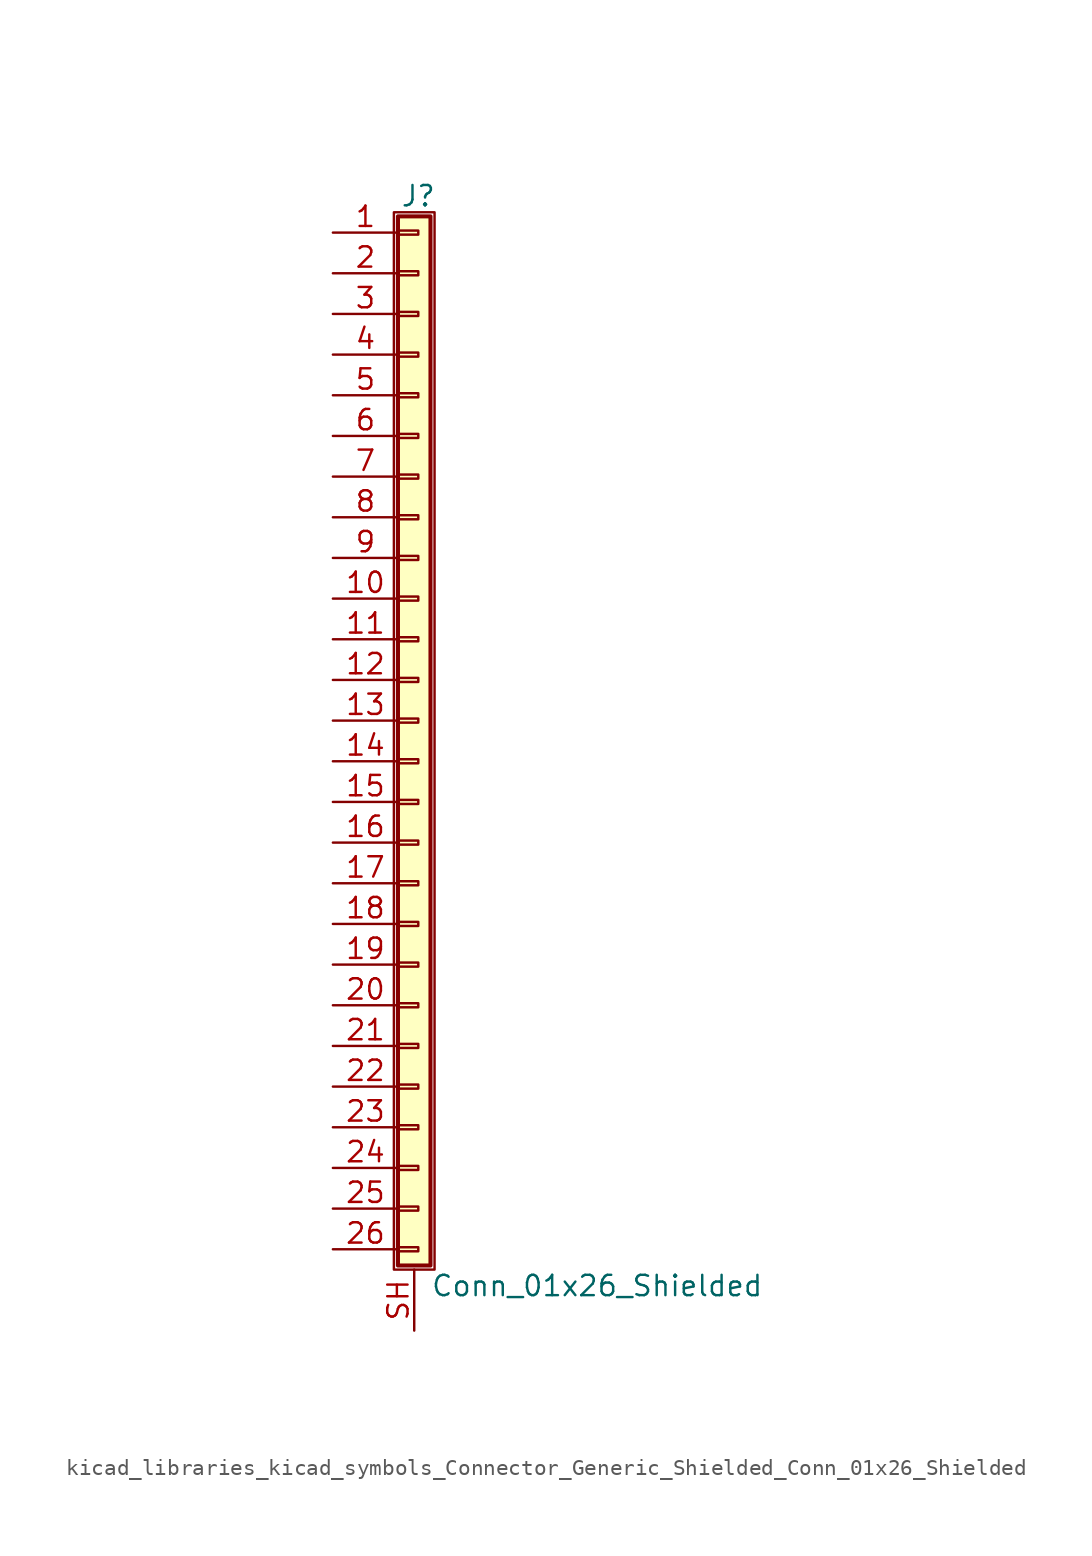
<source format=kicad_sym>
(kicad_symbol_lib
  (version 20220914)
  (generator kicad_symbol_editor)
  (symbol "kicad_libraries_kicad_symbols_Connector_Generic_Shielded_Conn_01x26_Shielded"
    (pin_names
      (offset 1.016) hide)
    (property "Reference" "J"
      (at 0.254 32.766 0)
      (effects (font (size 1.27 1.27))))
    (property "Value" "Conn_01x26_Shielded"
      (at 1.016 -35.306 0)
      (effects (font (size 1.27 1.27)) (justify left)))
    (symbol "kicad_libraries_kicad_symbols_Connector_Generic_Shielded_Conn_01x26_Shielded_1_1"
      (rectangle (start -1.27 31.75) (end 1.27 -34.29) (stroke (width 0.152) (type default)) (fill (type none)))
      (rectangle (start -1.016 -32.893) (end 0.254 -33.147) (stroke (width 0.152) (type default)) (fill (type none)))
      (rectangle (start -1.016 -30.353) (end 0.254 -30.607) (stroke (width 0.152) (type default)) (fill (type none)))
      (rectangle (start -1.016 -27.813) (end 0.254 -28.067) (stroke (width 0.152) (type default)) (fill (type none)))
      (rectangle (start -1.016 -25.273) (end 0.254 -25.527) (stroke (width 0.152) (type default)) (fill (type none)))
      (rectangle (start -1.016 -22.733) (end 0.254 -22.987) (stroke (width 0.152) (type default)) (fill (type none)))
      (rectangle (start -1.016 -20.193) (end 0.254 -20.447) (stroke (width 0.152) (type default)) (fill (type none)))
      (rectangle (start -1.016 -17.653) (end 0.254 -17.907) (stroke (width 0.152) (type default)) (fill (type none)))
      (rectangle (start -1.016 -15.113) (end 0.254 -15.367) (stroke (width 0.152) (type default)) (fill (type none)))
      (rectangle (start -1.016 -12.573) (end 0.254 -12.827) (stroke (width 0.152) (type default)) (fill (type none)))
      (rectangle (start -1.016 -10.033) (end 0.254 -10.287) (stroke (width 0.152) (type default)) (fill (type none)))
      (rectangle (start -1.016 -7.493) (end 0.254 -7.747) (stroke (width 0.152) (type default)) (fill (type none)))
      (rectangle (start -1.016 -4.953) (end 0.254 -5.207) (stroke (width 0.152) (type default)) (fill (type none)))
      (rectangle (start -1.016 -2.413) (end 0.254 -2.667) (stroke (width 0.152) (type default)) (fill (type none)))
      (rectangle (start -1.016 0.127) (end 0.254 -0.127) (stroke (width 0.152) (type default)) (fill (type none)))
      (rectangle (start -1.016 2.667) (end 0.254 2.413) (stroke (width 0.152) (type default)) (fill (type none)))
      (rectangle (start -1.016 5.207) (end 0.254 4.953) (stroke (width 0.152) (type default)) (fill (type none)))
      (rectangle (start -1.016 7.747) (end 0.254 7.493) (stroke (width 0.152) (type default)) (fill (type none)))
      (rectangle (start -1.016 10.287) (end 0.254 10.033) (stroke (width 0.152) (type default)) (fill (type none)))
      (rectangle (start -1.016 12.827) (end 0.254 12.573) (stroke (width 0.152) (type default)) (fill (type none)))
      (rectangle (start -1.016 15.367) (end 0.254 15.113) (stroke (width 0.152) (type default)) (fill (type none)))
      (rectangle (start -1.016 17.907) (end 0.254 17.653) (stroke (width 0.152) (type default)) (fill (type none)))
      (rectangle (start -1.016 20.447) (end 0.254 20.193) (stroke (width 0.152) (type default)) (fill (type none)))
      (rectangle (start -1.016 22.987) (end 0.254 22.733) (stroke (width 0.152) (type default)) (fill (type none)))
      (rectangle (start -1.016 25.527) (end 0.254 25.273) (stroke (width 0.152) (type default)) (fill (type none)))
      (rectangle (start -1.016 28.067) (end 0.254 27.813) (stroke (width 0.152) (type default)) (fill (type none)))
      (rectangle (start -1.016 30.607) (end 0.254 30.353) (stroke (width 0.152) (type default)) (fill (type none)))
      (rectangle (start -1.016 31.496) (end 1.016 -34.036) (stroke (width 0.254) (type default)) (fill (type background)))
      (pin passive line (at -5.08 30.48 0) (length 4.064) (name "Pin_1" (effects (font (size 1.27 1.27)))) (number "1" (effects (font (size 1.27 1.27)))))
      (pin passive line (at -5.08 7.62 0) (length 4.064) (name "Pin_10" (effects (font (size 1.27 1.27)))) (number "10" (effects (font (size 1.27 1.27)))))
      (pin passive line (at -5.08 5.08 0) (length 4.064) (name "Pin_11" (effects (font (size 1.27 1.27)))) (number "11" (effects (font (size 1.27 1.27)))))
      (pin passive line (at -5.08 2.54 0) (length 4.064) (name "Pin_12" (effects (font (size 1.27 1.27)))) (number "12" (effects (font (size 1.27 1.27)))))
      (pin passive line (at -5.08 0 0) (length 4.064) (name "Pin_13" (effects (font (size 1.27 1.27)))) (number "13" (effects (font (size 1.27 1.27)))))
      (pin passive line (at -5.08 -2.54 0) (length 4.064) (name "Pin_14" (effects (font (size 1.27 1.27)))) (number "14" (effects (font (size 1.27 1.27)))))
      (pin passive line (at -5.08 -5.08 0) (length 4.064) (name "Pin_15" (effects (font (size 1.27 1.27)))) (number "15" (effects (font (size 1.27 1.27)))))
      (pin passive line (at -5.08 -7.62 0) (length 4.064) (name "Pin_16" (effects (font (size 1.27 1.27)))) (number "16" (effects (font (size 1.27 1.27)))))
      (pin passive line (at -5.08 -10.16 0) (length 4.064) (name "Pin_17" (effects (font (size 1.27 1.27)))) (number "17" (effects (font (size 1.27 1.27)))))
      (pin passive line (at -5.08 -12.7 0) (length 4.064) (name "Pin_18" (effects (font (size 1.27 1.27)))) (number "18" (effects (font (size 1.27 1.27)))))
      (pin passive line (at -5.08 -15.24 0) (length 4.064) (name "Pin_19" (effects (font (size 1.27 1.27)))) (number "19" (effects (font (size 1.27 1.27)))))
      (pin passive line (at -5.08 27.94 0) (length 4.064) (name "Pin_2" (effects (font (size 1.27 1.27)))) (number "2" (effects (font (size 1.27 1.27)))))
      (pin passive line (at -5.08 -17.78 0) (length 4.064) (name "Pin_20" (effects (font (size 1.27 1.27)))) (number "20" (effects (font (size 1.27 1.27)))))
      (pin passive line (at -5.08 -20.32 0) (length 4.064) (name "Pin_21" (effects (font (size 1.27 1.27)))) (number "21" (effects (font (size 1.27 1.27)))))
      (pin passive line (at -5.08 -22.86 0) (length 4.064) (name "Pin_22" (effects (font (size 1.27 1.27)))) (number "22" (effects (font (size 1.27 1.27)))))
      (pin passive line (at -5.08 -25.4 0) (length 4.064) (name "Pin_23" (effects (font (size 1.27 1.27)))) (number "23" (effects (font (size 1.27 1.27)))))
      (pin passive line (at -5.08 -27.94 0) (length 4.064) (name "Pin_24" (effects (font (size 1.27 1.27)))) (number "24" (effects (font (size 1.27 1.27)))))
      (pin passive line (at -5.08 -30.48 0) (length 4.064) (name "Pin_25" (effects (font (size 1.27 1.27)))) (number "25" (effects (font (size 1.27 1.27)))))
      (pin passive line (at -5.08 -33.02 0) (length 4.064) (name "Pin_26" (effects (font (size 1.27 1.27)))) (number "26" (effects (font (size 1.27 1.27)))))
      (pin passive line (at -5.08 25.4 0) (length 4.064) (name "Pin_3" (effects (font (size 1.27 1.27)))) (number "3" (effects (font (size 1.27 1.27)))))
      (pin passive line (at -5.08 22.86 0) (length 4.064) (name "Pin_4" (effects (font (size 1.27 1.27)))) (number "4" (effects (font (size 1.27 1.27)))))
      (pin passive line (at -5.08 20.32 0) (length 4.064) (name "Pin_5" (effects (font (size 1.27 1.27)))) (number "5" (effects (font (size 1.27 1.27)))))
      (pin passive line (at -5.08 17.78 0) (length 4.064) (name "Pin_6" (effects (font (size 1.27 1.27)))) (number "6" (effects (font (size 1.27 1.27)))))
      (pin passive line (at -5.08 15.24 0) (length 4.064) (name "Pin_7" (effects (font (size 1.27 1.27)))) (number "7" (effects (font (size 1.27 1.27)))))
      (pin passive line (at -5.08 12.7 0) (length 4.064) (name "Pin_8" (effects (font (size 1.27 1.27)))) (number "8" (effects (font (size 1.27 1.27)))))
      (pin passive line (at -5.08 10.16 0) (length 4.064) (name "Pin_9" (effects (font (size 1.27 1.27)))) (number "9" (effects (font (size 1.27 1.27)))))
      (pin passive line (at 0 -38.1 90) (length 3.81) (name "Shield" (effects (font (size 1.27 1.27)))) (number "SH" (effects (font (size 1.27 1.27))))))))
</source>
